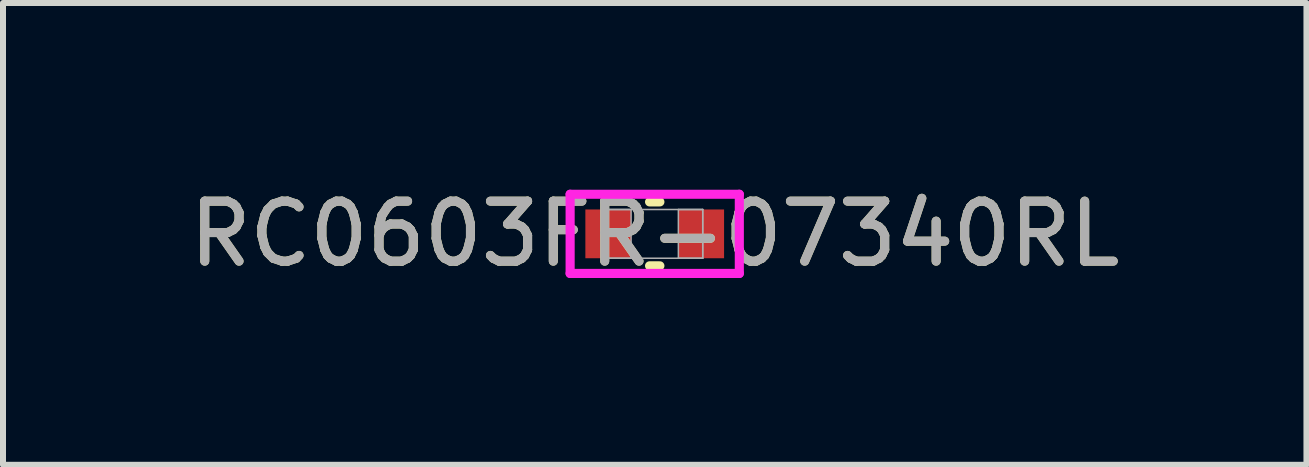
<source format=kicad_pcb>
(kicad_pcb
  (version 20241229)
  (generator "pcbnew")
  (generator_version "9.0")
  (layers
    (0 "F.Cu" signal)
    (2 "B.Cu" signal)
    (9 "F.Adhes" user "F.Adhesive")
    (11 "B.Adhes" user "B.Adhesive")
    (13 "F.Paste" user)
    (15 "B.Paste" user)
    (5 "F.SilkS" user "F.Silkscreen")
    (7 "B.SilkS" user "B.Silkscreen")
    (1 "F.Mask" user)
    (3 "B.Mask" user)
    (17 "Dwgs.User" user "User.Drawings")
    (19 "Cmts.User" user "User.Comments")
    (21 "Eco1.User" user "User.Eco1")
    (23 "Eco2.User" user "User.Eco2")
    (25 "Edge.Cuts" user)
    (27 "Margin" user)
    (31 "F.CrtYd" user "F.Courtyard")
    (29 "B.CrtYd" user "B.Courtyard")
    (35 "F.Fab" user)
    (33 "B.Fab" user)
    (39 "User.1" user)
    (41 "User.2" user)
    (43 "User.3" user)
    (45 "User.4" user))
  (footprint "RC0603FR-07340RL"
    (layer "F.Cu")
    (at 7.863 0.848)
    (property "Reference" "RC0603FR-07340RL" (at 0 0 0) (unlocked yes) (layer "F.SilkS") (effects (font (size 1 1) (thickness 0.15))))
    (attr smd)
    (fp_line (start -0.086 0.533) (end 0.086 0.533) (stroke (width 0.152) (type solid)) (layer "F.SilkS"))
    (fp_line (start 0.086 -0.533) (end -0.086 -0.533) (stroke (width 0.152) (type solid)) (layer "F.SilkS"))
    (fp_line (start -1.41 -0.66) (end 1.41 -0.66) (stroke (width 0.152) (type solid)) (layer "F.CrtYd"))
    (fp_line (start -1.41 0.66) (end -1.41 -0.66) (stroke (width 0.152) (type solid)) (layer "F.CrtYd"))
    (fp_line (start 1.41 -0.66) (end 1.41 0.66) (stroke (width 0.152) (type solid)) (layer "F.CrtYd"))
    (fp_line (start 1.41 0.66) (end -1.41 0.66) (stroke (width 0.152) (type solid)) (layer "F.CrtYd"))
    (fp_line (start -0.8 -0.406) (end -0.8 0.406) (stroke (width 0.025) (type solid)) (layer "F.Fab"))
    (fp_line (start -0.8 -0.406) (end -0.8 0.406) (stroke (width 0.025) (type solid)) (layer "F.Fab"))
    (fp_line (start -0.8 0.406) (end -0.394 0.406) (stroke (width 0.025) (type solid)) (layer "F.Fab"))
    (fp_line (start -0.8 0.406) (end 0.8 0.406) (stroke (width 0.025) (type solid)) (layer "F.Fab"))
    (fp_line (start -0.394 -0.406) (end -0.8 -0.406) (stroke (width 0.025) (type solid)) (layer "F.Fab"))
    (fp_line (start -0.394 0.406) (end -0.394 -0.406) (stroke (width 0.025) (type solid)) (layer "F.Fab"))
    (fp_line (start 0.394 -0.406) (end 0.394 0.406) (stroke (width 0.025) (type solid)) (layer "F.Fab"))
    (fp_line (start 0.394 0.406) (end 0.8 0.406) (stroke (width 0.025) (type solid)) (layer "F.Fab"))
    (fp_line (start 0.8 -0.406) (end -0.8 -0.406) (stroke (width 0.025) (type solid)) (layer "F.Fab"))
    (fp_line (start 0.8 -0.406) (end 0.394 -0.406) (stroke (width 0.025) (type solid)) (layer "F.Fab"))
    (fp_line (start 0.8 0.406) (end 0.8 -0.406) (stroke (width 0.025) (type solid)) (layer "F.Fab"))
    (fp_line (start 0.8 0.406) (end 0.8 -0.406) (stroke (width 0.025) (type solid)) (layer "F.Fab"))
    (fp_text user "${REFERENCE}" (at 0 0 0) (unlocked yes) (layer "F.Fab") (effects (font (size 1 1) (thickness 0.15))))
    (pad "1" smd rect (at -0.775 0) (size 0.762 0.813) (layers "F.Cu" "F.Mask" "F.Paste"))
    (pad "2" smd rect (at 0.775 0) (size 0.762 0.813) (layers "F.Cu" "F.Mask" "F.Paste"))
    (zone (net_name "") (layer "F.Cu") (hatch full 0.508) (connect_pads) (min_thickness 0.254) (filled_areas_thickness no) (keepout (tracks not_allowed) (vias not_allowed) (pads allowed) (copperpour not_allowed) (footprints allowed)) (placement (enabled no)) (fill) (polygon (pts (xy 7.52 0.493) (xy 8.206 0.493) (xy 8.206 1.204) (xy 7.52 1.204)))))
  (gr_rect
    (start -3 -3)
    (end 18.726 4.697)
    (stroke (width 0.1) (type default))
    (fill no)
    (layer "Edge.Cuts")))
</source>
